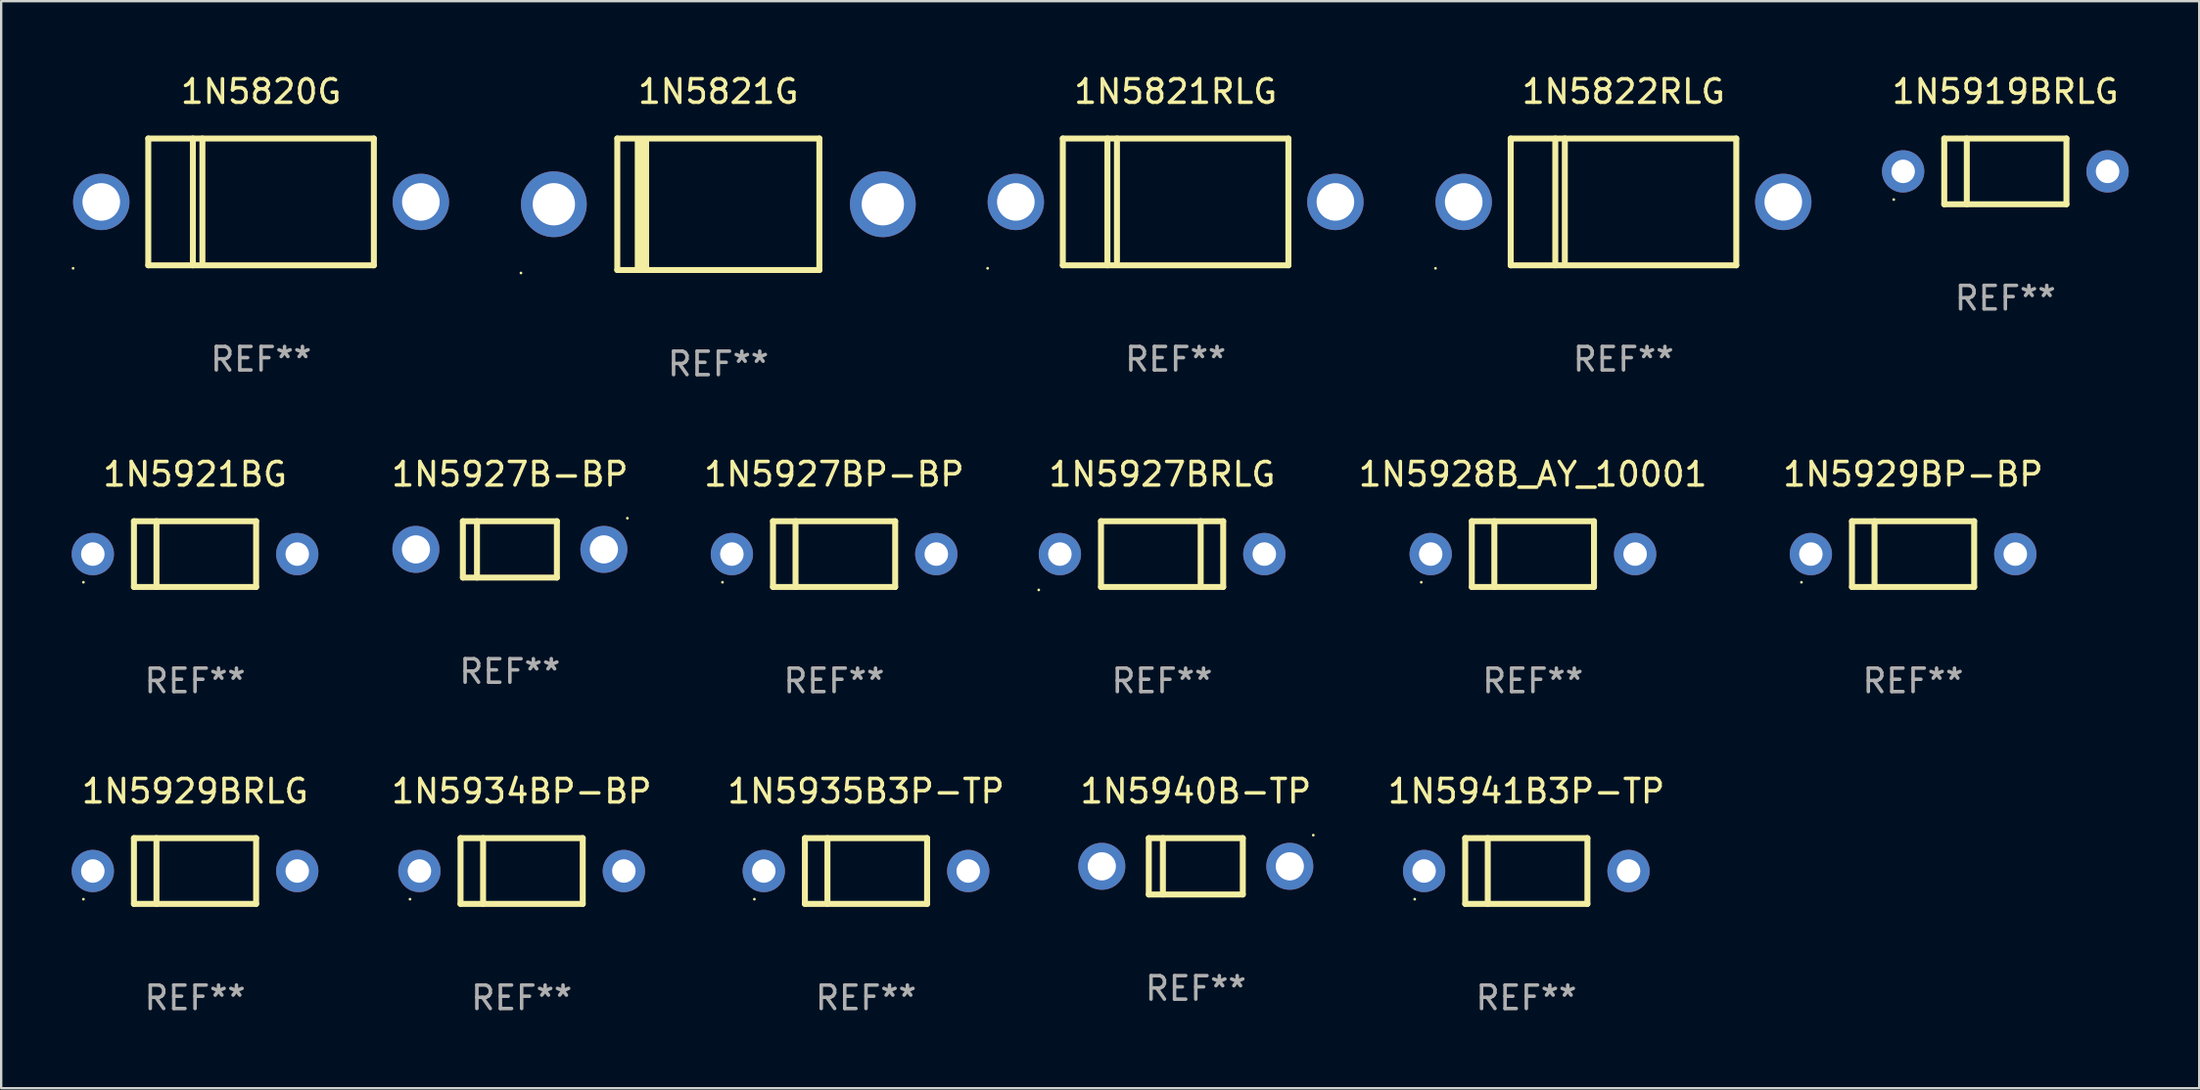
<source format=kicad_pcb>
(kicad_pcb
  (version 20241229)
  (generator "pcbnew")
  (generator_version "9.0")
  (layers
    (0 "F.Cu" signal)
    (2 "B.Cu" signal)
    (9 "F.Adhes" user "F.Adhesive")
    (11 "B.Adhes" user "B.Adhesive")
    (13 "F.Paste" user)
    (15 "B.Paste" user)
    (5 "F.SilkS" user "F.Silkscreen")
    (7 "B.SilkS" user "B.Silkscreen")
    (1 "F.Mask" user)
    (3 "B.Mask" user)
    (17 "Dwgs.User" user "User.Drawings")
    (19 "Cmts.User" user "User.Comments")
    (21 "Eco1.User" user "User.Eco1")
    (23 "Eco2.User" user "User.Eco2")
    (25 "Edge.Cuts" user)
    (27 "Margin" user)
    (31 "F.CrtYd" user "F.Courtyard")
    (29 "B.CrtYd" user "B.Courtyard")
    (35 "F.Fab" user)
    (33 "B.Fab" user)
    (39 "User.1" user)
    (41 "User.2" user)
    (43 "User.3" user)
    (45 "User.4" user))
  (footprint "1N5934BP-BP"
    (layer "F.Cu")
    (at 19.149 34.041)
    (property "Reference" "1N5934BP-BP" (at 0 -3.4 0) (layer "F.SilkS") (effects (font (size 1 1) (thickness 0.15))))
    (attr through_hole)
    (fp_line (start -2.6 -1.4) (end -2.6 1.4) (stroke (width 0.254) (type solid)) (layer "F.SilkS"))
    (fp_line (start -2.6 -1.4) (end 2.6 -1.4) (stroke (width 0.254) (type solid)) (layer "F.SilkS"))
    (fp_line (start -2.6 1.4) (end 2.6 1.4) (stroke (width 0.254) (type solid)) (layer "F.SilkS"))
    (fp_line (start -1.641 -1.4) (end -1.641 1.4) (stroke (width 0.254) (type solid)) (layer "F.SilkS"))
    (fp_line (start 2.6 -1.4) (end 2.6 1.4) (stroke (width 0.254) (type solid)) (layer "F.SilkS"))
    (fp_circle (center -4.75 1.2) (end -4.72 1.2) (stroke (width 0.06) (type solid)) (fill no) (layer "F.SilkS"))
    (fp_text user "REF**" (at 0 5.4 0) (layer "F.Fab") (effects (font (size 1 1) (thickness 0.15))))
    (pad "1" thru_hole circle (at -4.35 0) (size 1.8 1.8) (drill 1) (layers "*.Cu" "*.Mask"))
    (pad "2" thru_hole circle (at 4.35 0) (size 1.8 1.8) (drill 1) (layers "*.Cu" "*.Mask")))
  (footprint "1N5921BG"
    (layer "F.Cu")
    (at 5.25 20.545)
    (property "Reference" "1N5921BG" (at 0 -3.4 0) (layer "F.SilkS") (effects (font (size 1 1) (thickness 0.15))))
    (attr through_hole)
    (fp_line (start -2.6 -1.4) (end -2.6 1.4) (stroke (width 0.254) (type solid)) (layer "F.SilkS"))
    (fp_line (start -2.6 -1.4) (end 2.6 -1.4) (stroke (width 0.254) (type solid)) (layer "F.SilkS"))
    (fp_line (start -2.6 1.4) (end 2.6 1.4) (stroke (width 0.254) (type solid)) (layer "F.SilkS"))
    (fp_line (start -1.641 -1.4) (end -1.641 1.4) (stroke (width 0.254) (type solid)) (layer "F.SilkS"))
    (fp_line (start 2.6 -1.4) (end 2.6 1.4) (stroke (width 0.254) (type solid)) (layer "F.SilkS"))
    (fp_circle (center -4.75 1.2) (end -4.72 1.2) (stroke (width 0.06) (type solid)) (fill no) (layer "F.SilkS"))
    (fp_text user "REF**" (at 0 5.4 0) (layer "F.Fab") (effects (font (size 1 1) (thickness 0.15))))
    (pad "1" thru_hole circle (at -4.35 0) (size 1.8 1.8) (drill 1) (layers "*.Cu" "*.Mask"))
    (pad "2" thru_hole circle (at 4.35 0) (size 1.8 1.8) (drill 1) (layers "*.Cu" "*.Mask")))
  (footprint "1N5941B3P-TP"
    (layer "F.Cu")
    (at 61.905 34.041)
    (property "Reference" "1N5941B3P-TP" (at 0 -3.4 0) (layer "F.SilkS") (effects (font (size 1 1) (thickness 0.15))))
    (attr through_hole)
    (fp_line (start -2.6 -1.4) (end -2.6 1.4) (stroke (width 0.254) (type solid)) (layer "F.SilkS"))
    (fp_line (start -2.6 -1.4) (end 2.6 -1.4) (stroke (width 0.254) (type solid)) (layer "F.SilkS"))
    (fp_line (start -2.6 1.4) (end 2.6 1.4) (stroke (width 0.254) (type solid)) (layer "F.SilkS"))
    (fp_line (start -1.641 -1.4) (end -1.641 1.4) (stroke (width 0.254) (type solid)) (layer "F.SilkS"))
    (fp_line (start 2.6 -1.4) (end 2.6 1.4) (stroke (width 0.254) (type solid)) (layer "F.SilkS"))
    (fp_circle (center -4.75 1.2) (end -4.72 1.2) (stroke (width 0.06) (type solid)) (fill no) (layer "F.SilkS"))
    (fp_text user "REF**" (at 0 5.4 0) (layer "F.Fab") (effects (font (size 1 1) (thickness 0.15))))
    (pad "1" thru_hole circle (at -4.35 0) (size 1.8 1.8) (drill 1) (layers "*.Cu" "*.Mask"))
    (pad "2" thru_hole circle (at 4.35 0) (size 1.8 1.8) (drill 1) (layers "*.Cu" "*.Mask")))
  (footprint "1N5928B_AY_10001"
    (layer "F.Cu")
    (at 62.185 20.545)
    (property "Reference" "1N5928B_AY_10001" (at 0 -3.4 0) (layer "F.SilkS") (effects (font (size 1 1) (thickness 0.15))))
    (attr through_hole)
    (fp_line (start -2.6 -1.4) (end -2.6 1.4) (stroke (width 0.254) (type solid)) (layer "F.SilkS"))
    (fp_line (start -2.6 -1.4) (end 2.6 -1.4) (stroke (width 0.254) (type solid)) (layer "F.SilkS"))
    (fp_line (start -2.6 1.4) (end 2.6 1.4) (stroke (width 0.254) (type solid)) (layer "F.SilkS"))
    (fp_line (start -1.641 -1.4) (end -1.641 1.4) (stroke (width 0.254) (type solid)) (layer "F.SilkS"))
    (fp_line (start 2.6 -1.4) (end 2.6 1.4) (stroke (width 0.254) (type solid)) (layer "F.SilkS"))
    (fp_circle (center -4.75 1.2) (end -4.72 1.2) (stroke (width 0.06) (type solid)) (fill no) (layer "F.SilkS"))
    (fp_text user "REF**" (at 0 5.4 0) (layer "F.Fab") (effects (font (size 1 1) (thickness 0.15))))
    (pad "1" thru_hole circle (at -4.35 0) (size 1.8 1.8) (drill 1) (layers "*.Cu" "*.Mask"))
    (pad "2" thru_hole circle (at 4.35 0) (size 1.8 1.8) (drill 1) (layers "*.Cu" "*.Mask")))
  (footprint "1N5821G"
    (layer "F.Cu")
    (at 27.52 5.648)
    (property "Reference" "1N5821G" (at 0 -4.8 0) (layer "F.SilkS") (effects (font (size 1 1) (thickness 0.15))))
    (attr through_hole)
    (fp_line (start -4.3 -2.8) (end -4.3 2.8) (stroke (width 0.254) (type solid)) (layer "F.SilkS"))
    (fp_line (start -4.3 -2.8) (end 4.3 -2.8) (stroke (width 0.254) (type solid)) (layer "F.SilkS"))
    (fp_line (start -4.3 2.8) (end 4.3 2.8) (stroke (width 0.254) (type solid)) (layer "F.SilkS"))
    (fp_line (start -3.442 2.667) (end -3.442 -2.667) (stroke (width 0.229) (type solid)) (layer "F.SilkS"))
    (fp_line (start -3.315 2.667) (end -3.315 -2.667) (stroke (width 0.229) (type solid)) (layer "F.SilkS"))
    (fp_line (start -3.188 2.667) (end -3.188 -2.667) (stroke (width 0.229) (type solid)) (layer "F.SilkS"))
    (fp_line (start -3.061 2.667) (end -3.061 -2.667) (stroke (width 0.229) (type solid)) (layer "F.SilkS"))
    (fp_line (start 4.3 -2.8) (end 4.3 2.8) (stroke (width 0.254) (type solid)) (layer "F.SilkS"))
    (fp_circle (center -8.4 2.927) (end -8.37 2.927) (stroke (width 0.06) (type solid)) (fill no) (layer "F.SilkS"))
    (fp_text user "REF**" (at 0 6.8 0) (layer "F.Fab") (effects (font (size 1 1) (thickness 0.15))))
    (pad "1" thru_hole circle (at -7 0) (size 2.8 2.8) (drill 1.8) (layers "*.Cu" "*.Mask"))
    (pad "2" thru_hole circle (at 7 0) (size 2.8 2.8) (drill 1.8) (layers "*.Cu" "*.Mask")))
  (footprint "1N5820G"
    (layer "F.Cu")
    (at 8.06 5.548)
    (property "Reference" "1N5820G" (at 0 -4.7 0) (layer "F.SilkS") (effects (font (size 1 1) (thickness 0.15))))
    (attr through_hole)
    (fp_line (start -4.8 -2.7) (end -4.8 2.7) (stroke (width 0.254) (type solid)) (layer "F.SilkS"))
    (fp_line (start -4.8 -2.7) (end 4.8 -2.7) (stroke (width 0.254) (type solid)) (layer "F.SilkS"))
    (fp_line (start -2.902 -2.7) (end -2.902 2.7) (stroke (width 0.254) (type solid)) (layer "F.SilkS"))
    (fp_line (start -2.496 -2.7) (end -2.496 2.54) (stroke (width 0.254) (type solid)) (layer "F.SilkS"))
    (fp_line (start 4.8 -2.7) (end 4.8 2.7) (stroke (width 0.254) (type solid)) (layer "F.SilkS"))
    (fp_line (start 4.8 2.7) (end -4.8 2.7) (stroke (width 0.254) (type solid)) (layer "F.SilkS"))
    (fp_circle (center -8 2.827) (end -7.97 2.827) (stroke (width 0.06) (type solid)) (fill no) (layer "F.SilkS"))
    (fp_text user "REF**" (at 0 6.7 0) (layer "F.Fab") (effects (font (size 1 1) (thickness 0.15))))
    (pad "1" thru_hole circle (at -6.8 0) (size 2.4 2.4) (drill 1.6) (layers "*.Cu" "*.Mask"))
    (pad "2" thru_hole circle (at 6.8 0) (size 2.4 2.4) (drill 1.6) (layers "*.Cu" "*.Mask")))
  (footprint "1N5940B-TP"
    (layer "F.Cu")
    (at 47.839 33.841)
    (property "Reference" "1N5940B-TP" (at 0 -3.2 0) (layer "F.SilkS") (effects (font (size 1 1) (thickness 0.15))))
    (attr through_hole)
    (fp_line (start -2 -1.2) (end 2 -1.2) (stroke (width 0.254) (type solid)) (layer "F.SilkS"))
    (fp_line (start -2 1.2) (end -2 -1.2) (stroke (width 0.254) (type solid)) (layer "F.SilkS"))
    (fp_line (start -1.4 -1.2) (end -1.4 1.2) (stroke (width 0.254) (type solid)) (layer "F.SilkS"))
    (fp_line (start 2 -1.2) (end 2 1.2) (stroke (width 0.254) (type solid)) (layer "F.SilkS"))
    (fp_line (start 2 1.2) (end -2 1.2) (stroke (width 0.254) (type solid)) (layer "F.SilkS"))
    (fp_circle (center 5 -1.327) (end 5.03 -1.327) (stroke (width 0.06) (type solid)) (fill no) (layer "F.SilkS"))
    (fp_text user "REF**" (at 0 5.2 0) (layer "F.Fab") (effects (font (size 1 1) (thickness 0.15))))
    (pad "1" thru_hole circle (at -4 0) (size 2 2) (drill 1.2) (layers "*.Cu" "*.Mask"))
    (pad "2" thru_hole circle (at 4 0) (size 2 2) (drill 1.2) (layers "*.Cu" "*.Mask")))
  (footprint "1N5927B-BP"
    (layer "F.Cu")
    (at 18.649 20.345)
    (property "Reference" "1N5927B-BP" (at 0 -3.2 0) (layer "F.SilkS") (effects (font (size 1 1) (thickness 0.15))))
    (attr through_hole)
    (fp_line (start -2 -1.2) (end 2 -1.2) (stroke (width 0.254) (type solid)) (layer "F.SilkS"))
    (fp_line (start -2 1.2) (end -2 -1.2) (stroke (width 0.254) (type solid)) (layer "F.SilkS"))
    (fp_line (start -1.4 -1.2) (end -1.4 1.2) (stroke (width 0.254) (type solid)) (layer "F.SilkS"))
    (fp_line (start 2 -1.2) (end 2 1.2) (stroke (width 0.254) (type solid)) (layer "F.SilkS"))
    (fp_line (start 2 1.2) (end -2 1.2) (stroke (width 0.254) (type solid)) (layer "F.SilkS"))
    (fp_circle (center 5 -1.327) (end 5.03 -1.327) (stroke (width 0.06) (type solid)) (fill no) (layer "F.SilkS"))
    (fp_text user "REF**" (at 0 5.2 0) (layer "F.Fab") (effects (font (size 1 1) (thickness 0.15))))
    (pad "1" thru_hole circle (at -4 0) (size 2 2) (drill 1.2) (layers "*.Cu" "*.Mask"))
    (pad "2" thru_hole circle (at 4 0) (size 2 2) (drill 1.2) (layers "*.Cu" "*.Mask")))
  (footprint "1N5919BRLG"
    (layer "F.Cu")
    (at 82.291 4.248)
    (property "Reference" "1N5919BRLG" (at 0 -3.4 0) (layer "F.SilkS") (effects (font (size 1 1) (thickness 0.15))))
    (attr through_hole)
    (fp_line (start -2.6 -1.4) (end -2.6 1.4) (stroke (width 0.254) (type solid)) (layer "F.SilkS"))
    (fp_line (start -2.6 -1.4) (end 2.6 -1.4) (stroke (width 0.254) (type solid)) (layer "F.SilkS"))
    (fp_line (start -2.6 1.4) (end 2.6 1.4) (stroke (width 0.254) (type solid)) (layer "F.SilkS"))
    (fp_line (start -1.641 -1.4) (end -1.641 1.4) (stroke (width 0.254) (type solid)) (layer "F.SilkS"))
    (fp_line (start 2.6 -1.4) (end 2.6 1.4) (stroke (width 0.254) (type solid)) (layer "F.SilkS"))
    (fp_circle (center -4.75 1.2) (end -4.72 1.2) (stroke (width 0.06) (type solid)) (fill no) (layer "F.SilkS"))
    (fp_text user "REF**" (at 0 5.4 0) (layer "F.Fab") (effects (font (size 1 1) (thickness 0.15))))
    (pad "1" thru_hole circle (at -4.35 0) (size 1.8 1.8) (drill 1) (layers "*.Cu" "*.Mask"))
    (pad "2" thru_hole circle (at 4.35 0) (size 1.8 1.8) (drill 1) (layers "*.Cu" "*.Mask")))
  (footprint "1N5821RLG"
    (layer "F.Cu")
    (at 46.98 5.548)
    (property "Reference" "1N5821RLG" (at 0 -4.7 0) (layer "F.SilkS") (effects (font (size 1 1) (thickness 0.15))))
    (attr through_hole)
    (fp_line (start -4.8 -2.7) (end -4.8 2.7) (stroke (width 0.254) (type solid)) (layer "F.SilkS"))
    (fp_line (start -4.8 -2.7) (end 4.8 -2.7) (stroke (width 0.254) (type solid)) (layer "F.SilkS"))
    (fp_line (start -2.902 -2.7) (end -2.902 2.7) (stroke (width 0.254) (type solid)) (layer "F.SilkS"))
    (fp_line (start -2.496 -2.7) (end -2.496 2.54) (stroke (width 0.254) (type solid)) (layer "F.SilkS"))
    (fp_line (start 4.8 -2.7) (end 4.8 2.7) (stroke (width 0.254) (type solid)) (layer "F.SilkS"))
    (fp_line (start 4.8 2.7) (end -4.8 2.7) (stroke (width 0.254) (type solid)) (layer "F.SilkS"))
    (fp_circle (center -8 2.827) (end -7.97 2.827) (stroke (width 0.06) (type solid)) (fill no) (layer "F.SilkS"))
    (fp_text user "REF**" (at 0 6.7 0) (layer "F.Fab") (effects (font (size 1 1) (thickness 0.15))))
    (pad "1" thru_hole circle (at -6.8 0) (size 2.4 2.4) (drill 1.6) (layers "*.Cu" "*.Mask"))
    (pad "2" thru_hole circle (at 6.8 0) (size 2.4 2.4) (drill 1.6) (layers "*.Cu" "*.Mask")))
  (footprint "1N5927BRLG"
    (layer "F.Cu")
    (at 46.405 20.545)
    (property "Reference" "1N5927BRLG" (at 0 -3.4 0) (layer "F.SilkS") (effects (font (size 1 1) (thickness 0.15))))
    (attr through_hole)
    (fp_line (start -2.6 1.4) (end -2.6 -1.4) (stroke (width 0.254) (type solid)) (layer "F.SilkS"))
    (fp_line (start 1.641 1.4) (end 1.641 -1.4) (stroke (width 0.254) (type solid)) (layer "F.SilkS"))
    (fp_line (start 2.6 -1.4) (end -2.6 -1.4) (stroke (width 0.254) (type solid)) (layer "F.SilkS"))
    (fp_line (start 2.6 1.4) (end -2.6 1.4) (stroke (width 0.254) (type solid)) (layer "F.SilkS"))
    (fp_line (start 2.6 1.4) (end 2.6 -1.4) (stroke (width 0.254) (type solid)) (layer "F.SilkS"))
    (fp_circle (center -5.25 1.527) (end -5.22 1.527) (stroke (width 0.06) (type solid)) (fill no) (layer "F.SilkS"))
    (fp_text user "REF**" (at 0 5.4 0) (layer "F.Fab") (effects (font (size 1 1) (thickness 0.15))))
    (pad "1" thru_hole circle (at -4.35 0) (size 1.8 1.8) (drill 1) (layers "*.Cu" "*.Mask"))
    (pad "2" thru_hole circle (at 4.35 0) (size 1.8 1.8) (drill 1) (layers "*.Cu" "*.Mask")))
  (footprint "1N5929BRLG"
    (layer "F.Cu")
    (at 5.25 34.041)
    (property "Reference" "1N5929BRLG" (at 0 -3.4 0) (layer "F.SilkS") (effects (font (size 1 1) (thickness 0.15))))
    (attr through_hole)
    (fp_line (start -2.6 -1.4) (end -2.6 1.4) (stroke (width 0.254) (type solid)) (layer "F.SilkS"))
    (fp_line (start -2.6 -1.4) (end 2.6 -1.4) (stroke (width 0.254) (type solid)) (layer "F.SilkS"))
    (fp_line (start -2.6 1.4) (end 2.6 1.4) (stroke (width 0.254) (type solid)) (layer "F.SilkS"))
    (fp_line (start -1.641 -1.4) (end -1.641 1.4) (stroke (width 0.254) (type solid)) (layer "F.SilkS"))
    (fp_line (start 2.6 -1.4) (end 2.6 1.4) (stroke (width 0.254) (type solid)) (layer "F.SilkS"))
    (fp_circle (center -4.75 1.2) (end -4.72 1.2) (stroke (width 0.06) (type solid)) (fill no) (layer "F.SilkS"))
    (fp_text user "REF**" (at 0 5.4 0) (layer "F.Fab") (effects (font (size 1 1) (thickness 0.15))))
    (pad "1" thru_hole circle (at -4.35 0) (size 1.8 1.8) (drill 1) (layers "*.Cu" "*.Mask"))
    (pad "2" thru_hole circle (at 4.35 0) (size 1.8 1.8) (drill 1) (layers "*.Cu" "*.Mask")))
  (footprint "1N5935B3P-TP"
    (layer "F.Cu")
    (at 33.804 34.041)
    (property "Reference" "1N5935B3P-TP" (at 0 -3.4 0) (layer "F.SilkS") (effects (font (size 1 1) (thickness 0.15))))
    (attr through_hole)
    (fp_line (start -2.6 -1.4) (end -2.6 1.4) (stroke (width 0.254) (type solid)) (layer "F.SilkS"))
    (fp_line (start -2.6 -1.4) (end 2.6 -1.4) (stroke (width 0.254) (type solid)) (layer "F.SilkS"))
    (fp_line (start -2.6 1.4) (end 2.6 1.4) (stroke (width 0.254) (type solid)) (layer "F.SilkS"))
    (fp_line (start -1.641 -1.4) (end -1.641 1.4) (stroke (width 0.254) (type solid)) (layer "F.SilkS"))
    (fp_line (start 2.6 -1.4) (end 2.6 1.4) (stroke (width 0.254) (type solid)) (layer "F.SilkS"))
    (fp_circle (center -4.75 1.2) (end -4.72 1.2) (stroke (width 0.06) (type solid)) (fill no) (layer "F.SilkS"))
    (fp_text user "REF**" (at 0 5.4 0) (layer "F.Fab") (effects (font (size 1 1) (thickness 0.15))))
    (pad "1" thru_hole circle (at -4.35 0) (size 1.8 1.8) (drill 1) (layers "*.Cu" "*.Mask"))
    (pad "2" thru_hole circle (at 4.35 0) (size 1.8 1.8) (drill 1) (layers "*.Cu" "*.Mask")))
  (footprint "1N5822RLG"
    (layer "F.Cu")
    (at 66.04 5.548)
    (property "Reference" "1N5822RLG" (at 0 -4.7 0) (layer "F.SilkS") (effects (font (size 1 1) (thickness 0.15))))
    (attr through_hole)
    (fp_line (start -4.8 -2.7) (end -4.8 2.7) (stroke (width 0.254) (type solid)) (layer "F.SilkS"))
    (fp_line (start -4.8 -2.7) (end 4.8 -2.7) (stroke (width 0.254) (type solid)) (layer "F.SilkS"))
    (fp_line (start -2.902 -2.7) (end -2.902 2.7) (stroke (width 0.254) (type solid)) (layer "F.SilkS"))
    (fp_line (start -2.496 -2.7) (end -2.496 2.54) (stroke (width 0.254) (type solid)) (layer "F.SilkS"))
    (fp_line (start 4.8 -2.7) (end 4.8 2.7) (stroke (width 0.254) (type solid)) (layer "F.SilkS"))
    (fp_line (start 4.8 2.7) (end -4.8 2.7) (stroke (width 0.254) (type solid)) (layer "F.SilkS"))
    (fp_circle (center -8 2.827) (end -7.97 2.827) (stroke (width 0.06) (type solid)) (fill no) (layer "F.SilkS"))
    (fp_text user "REF**" (at 0 6.7 0) (layer "F.Fab") (effects (font (size 1 1) (thickness 0.15))))
    (pad "1" thru_hole circle (at -6.8 0) (size 2.4 2.4) (drill 1.6) (layers "*.Cu" "*.Mask"))
    (pad "2" thru_hole circle (at 6.8 0) (size 2.4 2.4) (drill 1.6) (layers "*.Cu" "*.Mask")))
  (footprint "1N5929BP-BP"
    (layer "F.Cu")
    (at 78.364 20.545)
    (property "Reference" "1N5929BP-BP" (at 0 -3.4 0) (layer "F.SilkS") (effects (font (size 1 1) (thickness 0.15))))
    (attr through_hole)
    (fp_line (start -2.6 -1.4) (end -2.6 1.4) (stroke (width 0.254) (type solid)) (layer "F.SilkS"))
    (fp_line (start -2.6 -1.4) (end 2.6 -1.4) (stroke (width 0.254) (type solid)) (layer "F.SilkS"))
    (fp_line (start -2.6 1.4) (end 2.6 1.4) (stroke (width 0.254) (type solid)) (layer "F.SilkS"))
    (fp_line (start -1.641 -1.4) (end -1.641 1.4) (stroke (width 0.254) (type solid)) (layer "F.SilkS"))
    (fp_line (start 2.6 -1.4) (end 2.6 1.4) (stroke (width 0.254) (type solid)) (layer "F.SilkS"))
    (fp_circle (center -4.75 1.2) (end -4.72 1.2) (stroke (width 0.06) (type solid)) (fill no) (layer "F.SilkS"))
    (fp_text user "REF**" (at 0 5.4 0) (layer "F.Fab") (effects (font (size 1 1) (thickness 0.15))))
    (pad "1" thru_hole circle (at -4.35 0) (size 1.8 1.8) (drill 1) (layers "*.Cu" "*.Mask"))
    (pad "2" thru_hole circle (at 4.35 0) (size 1.8 1.8) (drill 1) (layers "*.Cu" "*.Mask")))
  (footprint "1N5927BP-BP"
    (layer "F.Cu")
    (at 32.446 20.545)
    (property "Reference" "1N5927BP-BP" (at 0 -3.4 0) (layer "F.SilkS") (effects (font (size 1 1) (thickness 0.15))))
    (attr through_hole)
    (fp_line (start -2.6 -1.4) (end -2.6 1.4) (stroke (width 0.254) (type solid)) (layer "F.SilkS"))
    (fp_line (start -2.6 -1.4) (end 2.6 -1.4) (stroke (width 0.254) (type solid)) (layer "F.SilkS"))
    (fp_line (start -2.6 1.4) (end 2.6 1.4) (stroke (width 0.254) (type solid)) (layer "F.SilkS"))
    (fp_line (start -1.641 -1.4) (end -1.641 1.4) (stroke (width 0.254) (type solid)) (layer "F.SilkS"))
    (fp_line (start 2.6 -1.4) (end 2.6 1.4) (stroke (width 0.254) (type solid)) (layer "F.SilkS"))
    (fp_circle (center -4.75 1.2) (end -4.72 1.2) (stroke (width 0.06) (type solid)) (fill no) (layer "F.SilkS"))
    (fp_text user "REF**" (at 0 5.4 0) (layer "F.Fab") (effects (font (size 1 1) (thickness 0.15))))
    (pad "1" thru_hole circle (at -4.35 0) (size 1.8 1.8) (drill 1) (layers "*.Cu" "*.Mask"))
    (pad "2" thru_hole circle (at 4.35 0) (size 1.8 1.8) (drill 1) (layers "*.Cu" "*.Mask")))
  (gr_rect
    (start -3 -3)
    (end 90.541 43.29)
    (stroke (width 0.1) (type default))
    (fill no)
    (layer "Edge.Cuts")))
</source>
